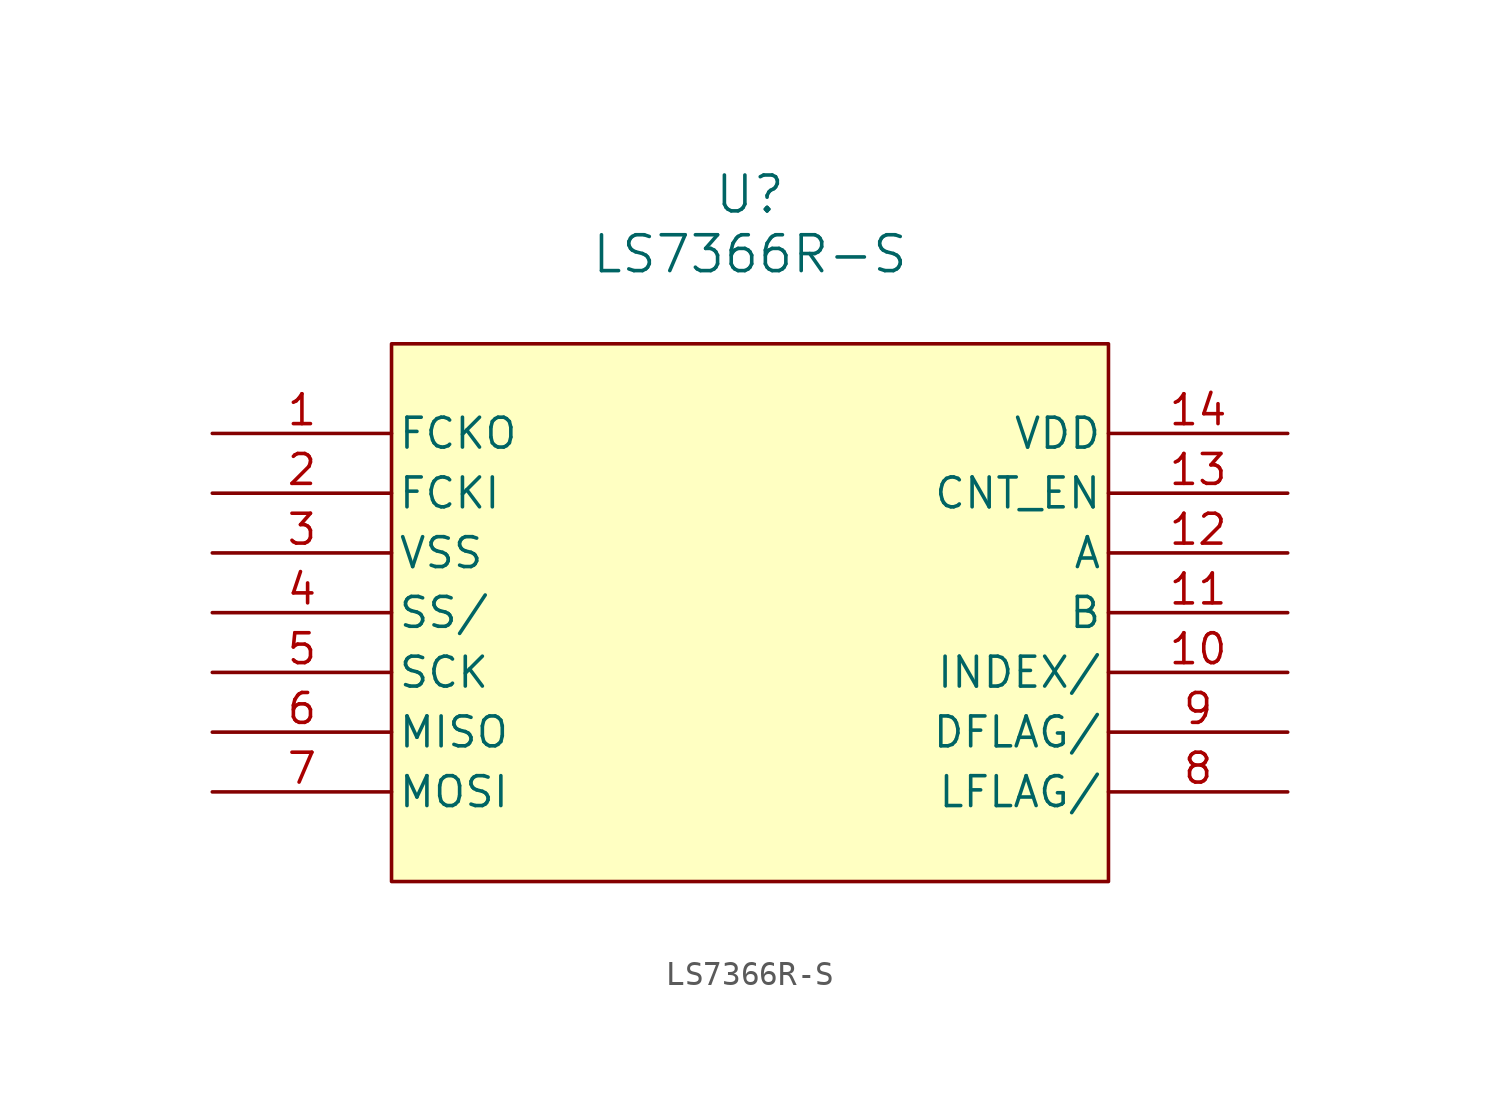
<source format=kicad_sym>
(kicad_symbol_lib
  (version 20241209)
  (generator "kicad_symbol_editor")
  (generator_version "9.0")
  (symbol "LS7366R-S"
    (pin_names
      (offset 0.254))
    (property "Reference" "U"
      (at 22.86 10.16 0)
      (effects (font (size 1.524 1.524))))
    (property "Value" "LS7366R-S"
      (at 22.86 7.62 0)
      (effects (font (size 1.524 1.524))))
    (property "ki_locked" ""
      (at 0 0 0)
      (effects (font (size 1.27 1.27))))
    (symbol "LS7366R-S_0_1"
      (pin bidirectional line (at 0 0 0) (length 7.62) (name "FCKO" (effects (font (size 1.27 1.27)))) (number "1" (effects (font (size 1.27 1.27)))))
      (pin bidirectional line (at 0 -2.54 0) (length 7.62) (name "FCKI" (effects (font (size 1.27 1.27)))) (number "2" (effects (font (size 1.27 1.27)))))
      (pin power_out line (at 0 -5.08 0) (length 7.62) (name "VSS" (effects (font (size 1.27 1.27)))) (number "3" (effects (font (size 1.27 1.27)))))
      (pin unspecified line (at 0 -7.62 0) (length 7.62) (name "SS/" (effects (font (size 1.27 1.27)))) (number "4" (effects (font (size 1.27 1.27)))))
      (pin input line (at 0 -10.16 0) (length 7.62) (name "SCK" (effects (font (size 1.27 1.27)))) (number "5" (effects (font (size 1.27 1.27)))))
      (pin output line (at 0 -12.7 0) (length 7.62) (name "MISO" (effects (font (size 1.27 1.27)))) (number "6" (effects (font (size 1.27 1.27)))))
      (pin input line (at 0 -15.24 0) (length 7.62) (name "MOSI" (effects (font (size 1.27 1.27)))) (number "7" (effects (font (size 1.27 1.27)))))
      (pin power_in line (at 45.72 0 180) (length 7.62) (name "VDD" (effects (font (size 1.27 1.27)))) (number "14" (effects (font (size 1.27 1.27)))))
      (pin input line (at 45.72 -2.54 180) (length 7.62) (name "CNT_EN" (effects (font (size 1.27 1.27)))) (number "13" (effects (font (size 1.27 1.27)))))
      (pin input line (at 45.72 -5.08 180) (length 7.62) (name "A" (effects (font (size 1.27 1.27)))) (number "12" (effects (font (size 1.27 1.27)))))
      (pin input line (at 45.72 -7.62 180) (length 7.62) (name "B" (effects (font (size 1.27 1.27)))) (number "11" (effects (font (size 1.27 1.27)))))
      (pin input line (at 45.72 -10.16 180) (length 7.62) (name "INDEX/" (effects (font (size 1.27 1.27)))) (number "10" (effects (font (size 1.27 1.27)))))
      (pin output line (at 45.72 -12.7 180) (length 7.62) (name "DFLAG/" (effects (font (size 1.27 1.27)))) (number "9" (effects (font (size 1.27 1.27)))))
      (pin output line (at 45.72 -15.24 180) (length 7.62) (name "LFLAG/" (effects (font (size 1.27 1.27)))) (number "8" (effects (font (size 1.27 1.27))))))
    (symbol "LS7366R-S_1_1"
      (rectangle (start 7.62 3.81) (end 38.1 -19.05) (stroke (width 0) (type default)) (fill (type background))))))
</source>
